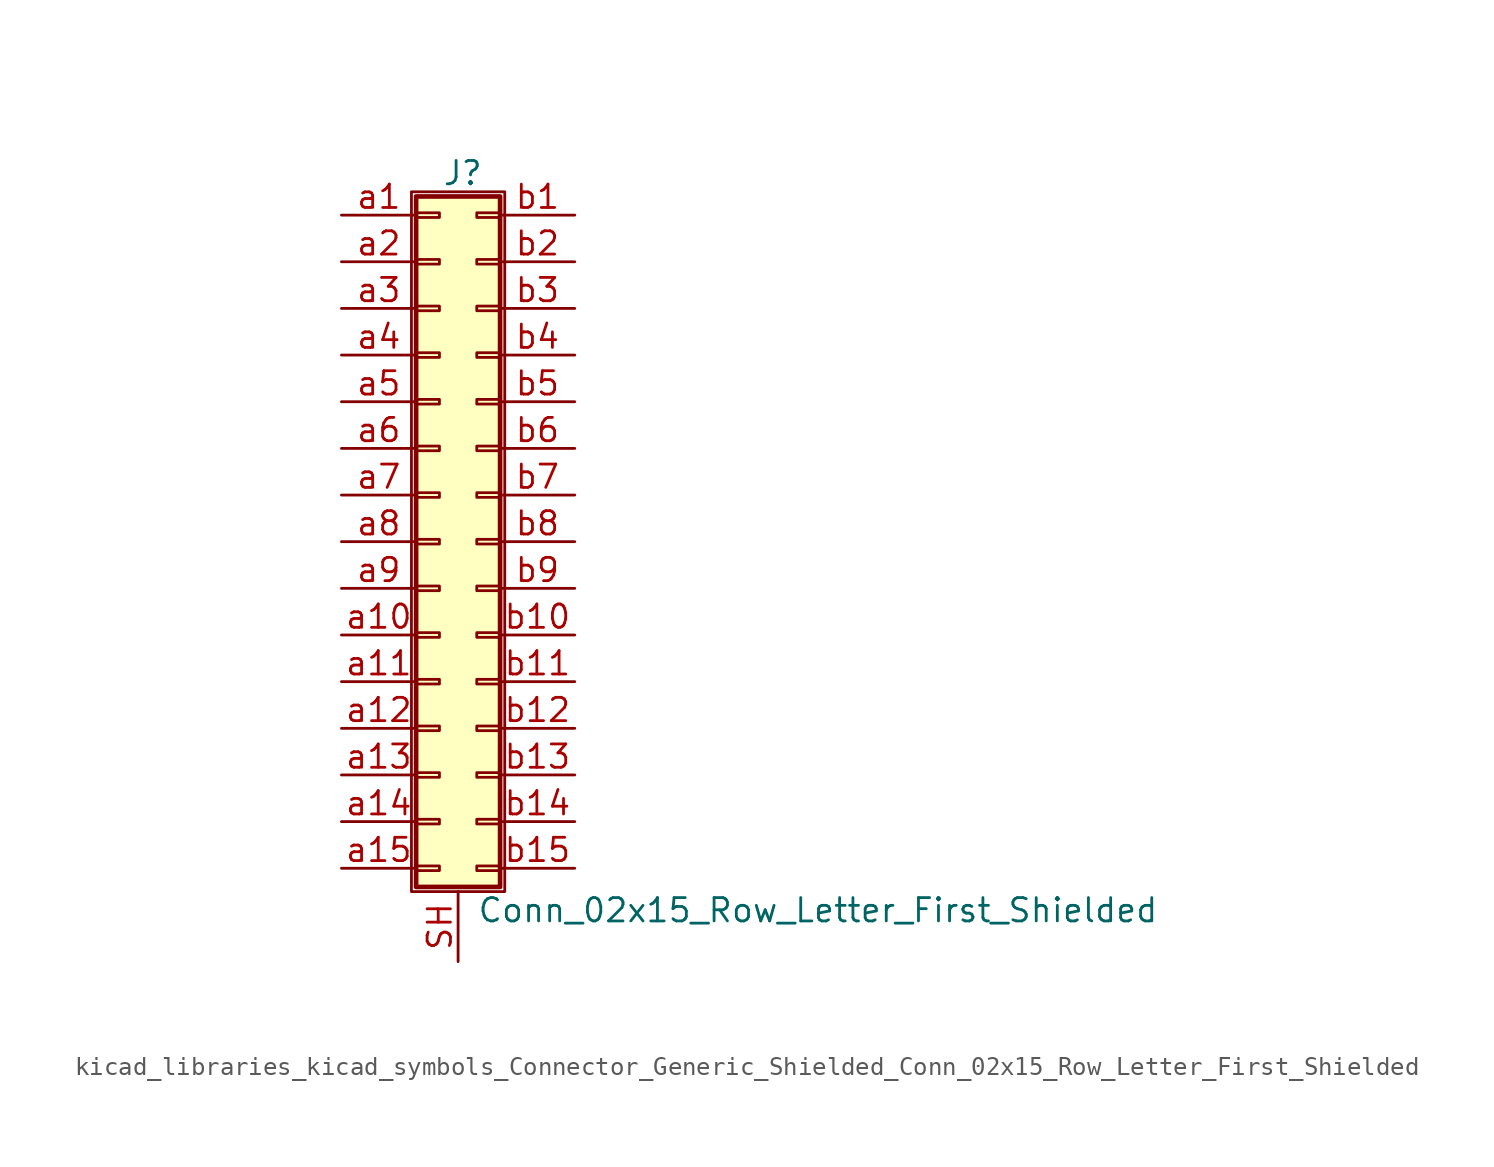
<source format=kicad_sym>
(kicad_symbol_lib
  (version 20220914)
  (generator kicad_symbol_editor)
  (symbol "kicad_libraries_kicad_symbols_Connector_Generic_Shielded_Conn_02x15_Row_Letter_First_Shielded"
    (pin_names
      (offset 1.016) hide)
    (property "Reference" "J"
      (at 1.524 20.066 0)
      (effects (font (size 1.27 1.27))))
    (property "Value" "Conn_02x15_Row_Letter_First_Shielded"
      (at 2.286 -20.066 0)
      (effects (font (size 1.27 1.27)) (justify left)))
    (symbol "kicad_libraries_kicad_symbols_Connector_Generic_Shielded_Conn_02x15_Row_Letter_First_Shielded_1_1"
      (rectangle (start -1.27 19.05) (end 3.81 -19.05) (stroke (width 0.152) (type default)) (fill (type none)))
      (rectangle (start -1.016 -17.653) (end 0.254 -17.907) (stroke (width 0.152) (type default)) (fill (type none)))
      (rectangle (start -1.016 -15.113) (end 0.254 -15.367) (stroke (width 0.152) (type default)) (fill (type none)))
      (rectangle (start -1.016 -12.573) (end 0.254 -12.827) (stroke (width 0.152) (type default)) (fill (type none)))
      (rectangle (start -1.016 -10.033) (end 0.254 -10.287) (stroke (width 0.152) (type default)) (fill (type none)))
      (rectangle (start -1.016 -7.493) (end 0.254 -7.747) (stroke (width 0.152) (type default)) (fill (type none)))
      (rectangle (start -1.016 -4.953) (end 0.254 -5.207) (stroke (width 0.152) (type default)) (fill (type none)))
      (rectangle (start -1.016 -2.413) (end 0.254 -2.667) (stroke (width 0.152) (type default)) (fill (type none)))
      (rectangle (start -1.016 0.127) (end 0.254 -0.127) (stroke (width 0.152) (type default)) (fill (type none)))
      (rectangle (start -1.016 2.667) (end 0.254 2.413) (stroke (width 0.152) (type default)) (fill (type none)))
      (rectangle (start -1.016 5.207) (end 0.254 4.953) (stroke (width 0.152) (type default)) (fill (type none)))
      (rectangle (start -1.016 7.747) (end 0.254 7.493) (stroke (width 0.152) (type default)) (fill (type none)))
      (rectangle (start -1.016 10.287) (end 0.254 10.033) (stroke (width 0.152) (type default)) (fill (type none)))
      (rectangle (start -1.016 12.827) (end 0.254 12.573) (stroke (width 0.152) (type default)) (fill (type none)))
      (rectangle (start -1.016 15.367) (end 0.254 15.113) (stroke (width 0.152) (type default)) (fill (type none)))
      (rectangle (start -1.016 17.907) (end 0.254 17.653) (stroke (width 0.152) (type default)) (fill (type none)))
      (rectangle (start -1.016 18.796) (end 3.556 -18.796) (stroke (width 0.254) (type default)) (fill (type background)))
      (rectangle (start 3.556 -17.653) (end 2.286 -17.907) (stroke (width 0.152) (type default)) (fill (type none)))
      (rectangle (start 3.556 -15.113) (end 2.286 -15.367) (stroke (width 0.152) (type default)) (fill (type none)))
      (rectangle (start 3.556 -12.573) (end 2.286 -12.827) (stroke (width 0.152) (type default)) (fill (type none)))
      (rectangle (start 3.556 -10.033) (end 2.286 -10.287) (stroke (width 0.152) (type default)) (fill (type none)))
      (rectangle (start 3.556 -7.493) (end 2.286 -7.747) (stroke (width 0.152) (type default)) (fill (type none)))
      (rectangle (start 3.556 -4.953) (end 2.286 -5.207) (stroke (width 0.152) (type default)) (fill (type none)))
      (rectangle (start 3.556 -2.413) (end 2.286 -2.667) (stroke (width 0.152) (type default)) (fill (type none)))
      (rectangle (start 3.556 0.127) (end 2.286 -0.127) (stroke (width 0.152) (type default)) (fill (type none)))
      (rectangle (start 3.556 2.667) (end 2.286 2.413) (stroke (width 0.152) (type default)) (fill (type none)))
      (rectangle (start 3.556 5.207) (end 2.286 4.953) (stroke (width 0.152) (type default)) (fill (type none)))
      (rectangle (start 3.556 7.747) (end 2.286 7.493) (stroke (width 0.152) (type default)) (fill (type none)))
      (rectangle (start 3.556 10.287) (end 2.286 10.033) (stroke (width 0.152) (type default)) (fill (type none)))
      (rectangle (start 3.556 12.827) (end 2.286 12.573) (stroke (width 0.152) (type default)) (fill (type none)))
      (rectangle (start 3.556 15.367) (end 2.286 15.113) (stroke (width 0.152) (type default)) (fill (type none)))
      (rectangle (start 3.556 17.907) (end 2.286 17.653) (stroke (width 0.152) (type default)) (fill (type none)))
      (pin passive line (at 1.27 -22.86 90) (length 3.81) (name "Shield" (effects (font (size 1.27 1.27)))) (number "SH" (effects (font (size 1.27 1.27)))))
      (pin passive line (at -5.08 17.78 0) (length 4.064) (name "Pin_a1" (effects (font (size 1.27 1.27)))) (number "a1" (effects (font (size 1.27 1.27)))))
      (pin passive line (at -5.08 -5.08 0) (length 4.064) (name "Pin_a10" (effects (font (size 1.27 1.27)))) (number "a10" (effects (font (size 1.27 1.27)))))
      (pin passive line (at -5.08 -7.62 0) (length 4.064) (name "Pin_a11" (effects (font (size 1.27 1.27)))) (number "a11" (effects (font (size 1.27 1.27)))))
      (pin passive line (at -5.08 -10.16 0) (length 4.064) (name "Pin_a12" (effects (font (size 1.27 1.27)))) (number "a12" (effects (font (size 1.27 1.27)))))
      (pin passive line (at -5.08 -12.7 0) (length 4.064) (name "Pin_a13" (effects (font (size 1.27 1.27)))) (number "a13" (effects (font (size 1.27 1.27)))))
      (pin passive line (at -5.08 -15.24 0) (length 4.064) (name "Pin_a14" (effects (font (size 1.27 1.27)))) (number "a14" (effects (font (size 1.27 1.27)))))
      (pin passive line (at -5.08 -17.78 0) (length 4.064) (name "Pin_a15" (effects (font (size 1.27 1.27)))) (number "a15" (effects (font (size 1.27 1.27)))))
      (pin passive line (at -5.08 15.24 0) (length 4.064) (name "Pin_a2" (effects (font (size 1.27 1.27)))) (number "a2" (effects (font (size 1.27 1.27)))))
      (pin passive line (at -5.08 12.7 0) (length 4.064) (name "Pin_a3" (effects (font (size 1.27 1.27)))) (number "a3" (effects (font (size 1.27 1.27)))))
      (pin passive line (at -5.08 10.16 0) (length 4.064) (name "Pin_a4" (effects (font (size 1.27 1.27)))) (number "a4" (effects (font (size 1.27 1.27)))))
      (pin passive line (at -5.08 7.62 0) (length 4.064) (name "Pin_a5" (effects (font (size 1.27 1.27)))) (number "a5" (effects (font (size 1.27 1.27)))))
      (pin passive line (at -5.08 5.08 0) (length 4.064) (name "Pin_a6" (effects (font (size 1.27 1.27)))) (number "a6" (effects (font (size 1.27 1.27)))))
      (pin passive line (at -5.08 2.54 0) (length 4.064) (name "Pin_a7" (effects (font (size 1.27 1.27)))) (number "a7" (effects (font (size 1.27 1.27)))))
      (pin passive line (at -5.08 0 0) (length 4.064) (name "Pin_a8" (effects (font (size 1.27 1.27)))) (number "a8" (effects (font (size 1.27 1.27)))))
      (pin passive line (at -5.08 -2.54 0) (length 4.064) (name "Pin_a9" (effects (font (size 1.27 1.27)))) (number "a9" (effects (font (size 1.27 1.27)))))
      (pin passive line (at 7.62 17.78 180) (length 4.064) (name "Pin_b1" (effects (font (size 1.27 1.27)))) (number "b1" (effects (font (size 1.27 1.27)))))
      (pin passive line (at 7.62 -5.08 180) (length 4.064) (name "Pin_b10" (effects (font (size 1.27 1.27)))) (number "b10" (effects (font (size 1.27 1.27)))))
      (pin passive line (at 7.62 -7.62 180) (length 4.064) (name "Pin_b11" (effects (font (size 1.27 1.27)))) (number "b11" (effects (font (size 1.27 1.27)))))
      (pin passive line (at 7.62 -10.16 180) (length 4.064) (name "Pin_b12" (effects (font (size 1.27 1.27)))) (number "b12" (effects (font (size 1.27 1.27)))))
      (pin passive line (at 7.62 -12.7 180) (length 4.064) (name "Pin_b13" (effects (font (size 1.27 1.27)))) (number "b13" (effects (font (size 1.27 1.27)))))
      (pin passive line (at 7.62 -15.24 180) (length 4.064) (name "Pin_b14" (effects (font (size 1.27 1.27)))) (number "b14" (effects (font (size 1.27 1.27)))))
      (pin passive line (at 7.62 -17.78 180) (length 4.064) (name "Pin_b15" (effects (font (size 1.27 1.27)))) (number "b15" (effects (font (size 1.27 1.27)))))
      (pin passive line (at 7.62 15.24 180) (length 4.064) (name "Pin_b2" (effects (font (size 1.27 1.27)))) (number "b2" (effects (font (size 1.27 1.27)))))
      (pin passive line (at 7.62 12.7 180) (length 4.064) (name "Pin_b3" (effects (font (size 1.27 1.27)))) (number "b3" (effects (font (size 1.27 1.27)))))
      (pin passive line (at 7.62 10.16 180) (length 4.064) (name "Pin_b4" (effects (font (size 1.27 1.27)))) (number "b4" (effects (font (size 1.27 1.27)))))
      (pin passive line (at 7.62 7.62 180) (length 4.064) (name "Pin_b5" (effects (font (size 1.27 1.27)))) (number "b5" (effects (font (size 1.27 1.27)))))
      (pin passive line (at 7.62 5.08 180) (length 4.064) (name "Pin_b6" (effects (font (size 1.27 1.27)))) (number "b6" (effects (font (size 1.27 1.27)))))
      (pin passive line (at 7.62 2.54 180) (length 4.064) (name "Pin_b7" (effects (font (size 1.27 1.27)))) (number "b7" (effects (font (size 1.27 1.27)))))
      (pin passive line (at 7.62 0 180) (length 4.064) (name "Pin_b8" (effects (font (size 1.27 1.27)))) (number "b8" (effects (font (size 1.27 1.27)))))
      (pin passive line (at 7.62 -2.54 180) (length 4.064) (name "Pin_b9" (effects (font (size 1.27 1.27)))) (number "b9" (effects (font (size 1.27 1.27))))))))
</source>
